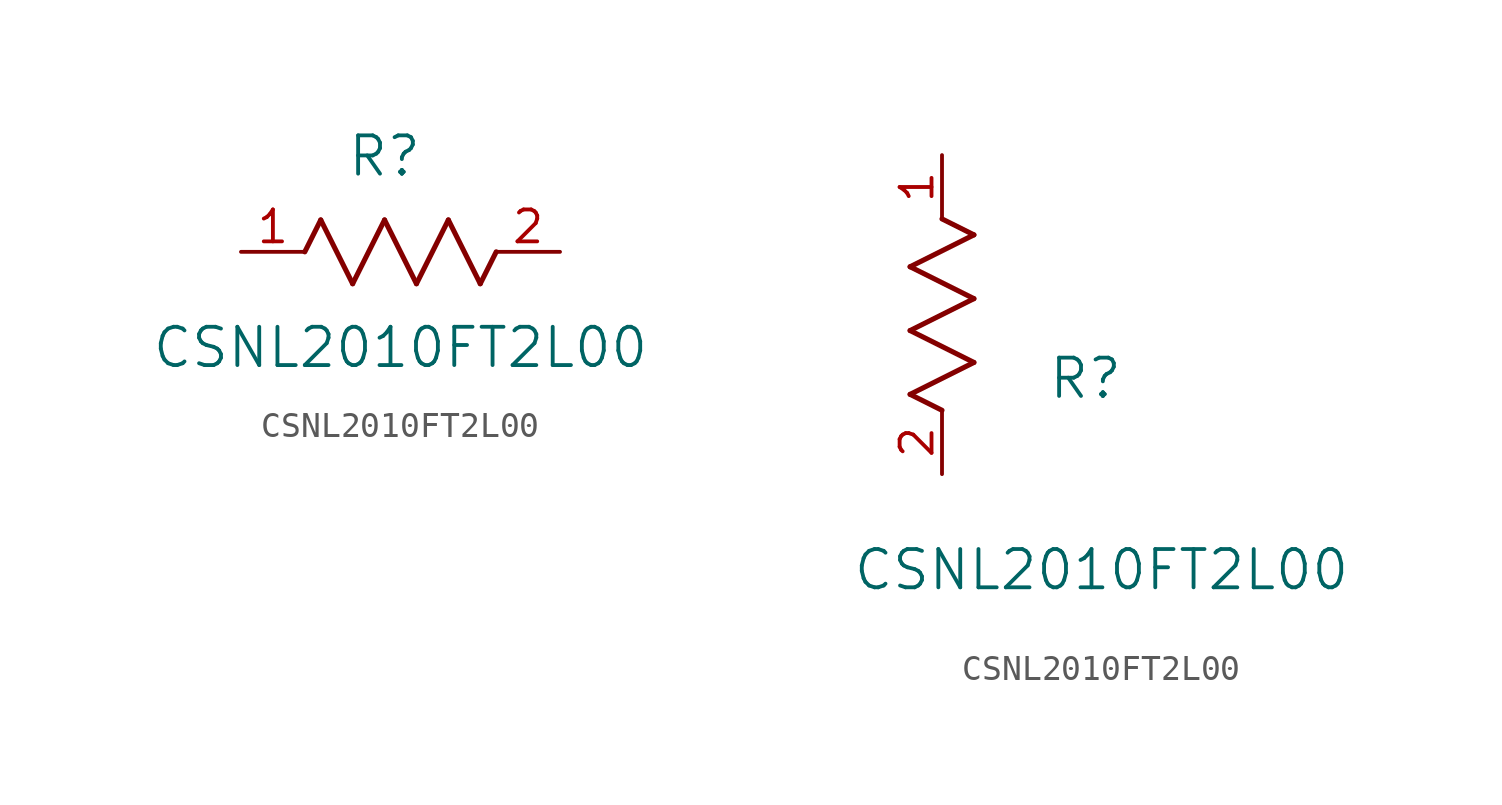
<source format=kicad_sym>
(kicad_symbol_lib
  (version 20211014)
  (generator kicad_symbol_editor)
  (symbol "CSNL2010FT2L00"
    (pin_names
      (offset 0.254))
    (property "Reference" "R"
      (at 5.715 3.81 0)
      (effects (font (size 1.524 1.524))))
    (property "Value" "CSNL2010FT2L00"
      (at 6.35 -3.81 0)
      (effects (font (size 1.524 1.524))))
    (symbol "CSNL2010FT2L00_1_1"
      (polyline (pts (xy 3.175 1.27) (xy 4.445 -1.27)) (stroke (width 0.203) (type default) (color 0 0 0 0)) (fill (type none)))
      (polyline (pts (xy 4.445 -1.27) (xy 5.715 1.27)) (stroke (width 0.203) (type default) (color 0 0 0 0)) (fill (type none)))
      (polyline (pts (xy 5.715 1.27) (xy 6.985 -1.27)) (stroke (width 0.203) (type default) (color 0 0 0 0)) (fill (type none)))
      (polyline (pts (xy 6.985 -1.27) (xy 8.255 1.27)) (stroke (width 0.203) (type default) (color 0 0 0 0)) (fill (type none)))
      (polyline (pts (xy 8.255 1.27) (xy 9.525 -1.27)) (stroke (width 0.203) (type default) (color 0 0 0 0)) (fill (type none)))
      (polyline (pts (xy 2.54 0) (xy 3.175 1.27)) (stroke (width 0.203) (type default) (color 0 0 0 0)) (fill (type none)))
      (polyline (pts (xy 9.525 -1.27) (xy 10.16 0)) (stroke (width 0.203) (type default) (color 0 0 0 0)) (fill (type none)))
      (pin unspecified line (at 0 0 0) (length 2.54) (name "" (effects (font (size 1.27 1.27)))) (number "1" (effects (font (size 1.27 1.27)))))
      (pin unspecified line (at 12.7 0 180) (length 2.54) (name "" (effects (font (size 1.27 1.27)))) (number "2" (effects (font (size 1.27 1.27))))))
    (symbol "CSNL2010FT2L00_1_2"
      (polyline (pts (xy 0 2.54) (xy -1.27 3.175)) (stroke (width 0.203) (type default) (color 0 0 0 0)) (fill (type none)))
      (polyline (pts (xy -1.27 3.175) (xy 1.27 4.445)) (stroke (width 0.203) (type default) (color 0 0 0 0)) (fill (type none)))
      (polyline (pts (xy 1.27 4.445) (xy -1.27 5.715)) (stroke (width 0.203) (type default) (color 0 0 0 0)) (fill (type none)))
      (polyline (pts (xy -1.27 5.715) (xy 1.27 6.985)) (stroke (width 0.203) (type default) (color 0 0 0 0)) (fill (type none)))
      (polyline (pts (xy -1.27 8.255) (xy 1.27 9.525)) (stroke (width 0.203) (type default) (color 0 0 0 0)) (fill (type none)))
      (polyline (pts (xy 1.27 9.525) (xy 0 10.16)) (stroke (width 0.203) (type default) (color 0 0 0 0)) (fill (type none)))
      (polyline (pts (xy 1.27 6.985) (xy -1.27 8.255)) (stroke (width 0.203) (type default) (color 0 0 0 0)) (fill (type none)))
      (pin unspecified line (at 0 12.7 270) (length 2.54) (name "" (effects (font (size 1.27 1.27)))) (number "1" (effects (font (size 1.27 1.27)))))
      (pin unspecified line (at 0 0 90) (length 2.54) (name "" (effects (font (size 1.27 1.27)))) (number "2" (effects (font (size 1.27 1.27))))))))
</source>
